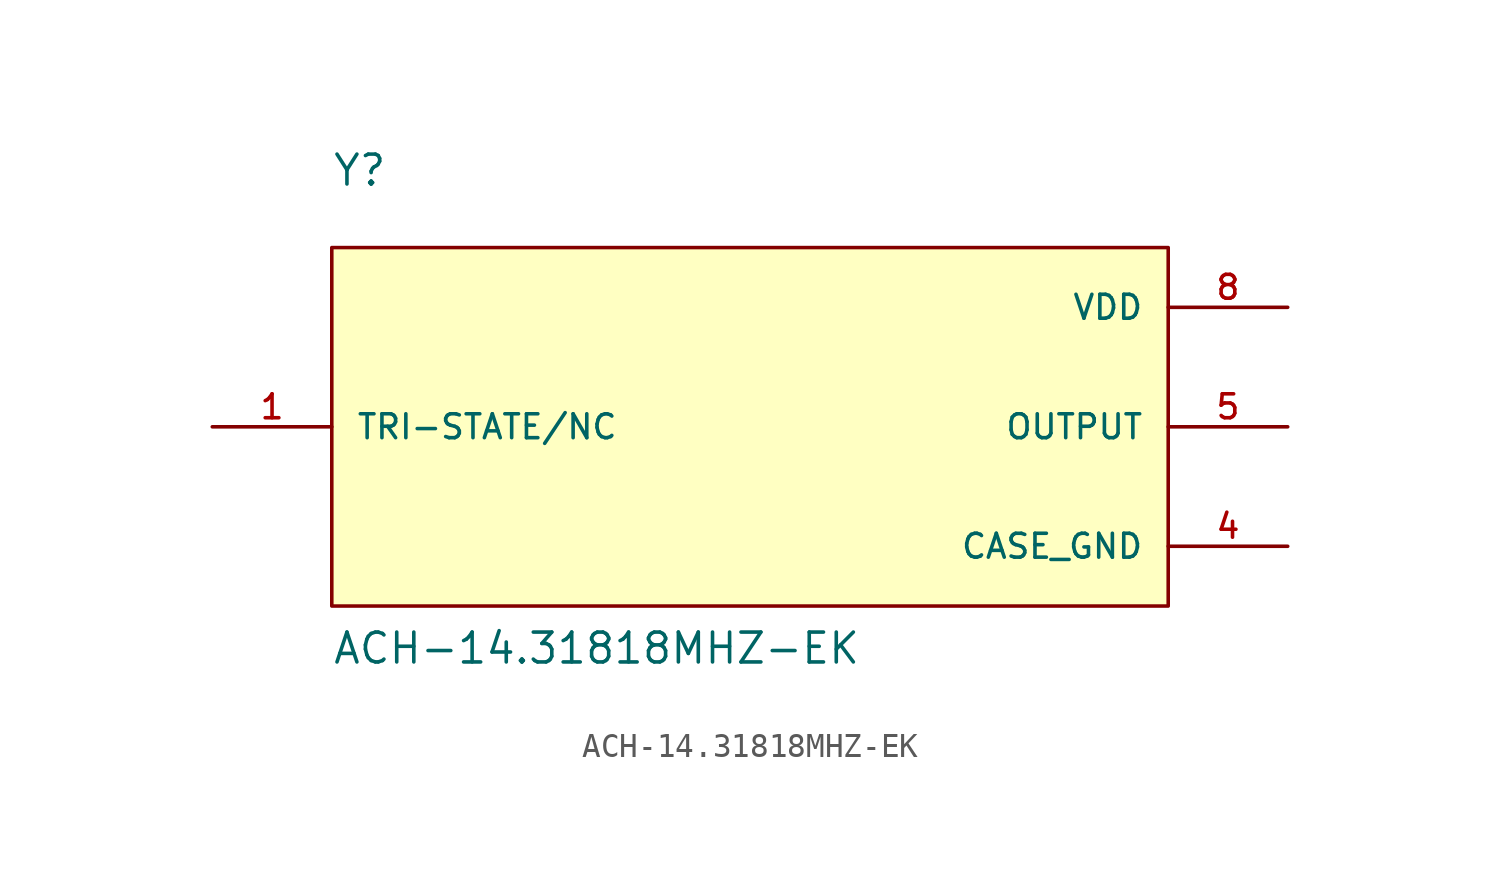
<source format=kicad_sym>
(kicad_symbol_lib
  (version 20211014)
  (generator kicad_symbol_editor)
  (symbol "ACH-14.31818MHZ-EK"
    (pin_names
      (offset 1.016))
    (property "Reference" "Y"
      (at -17.78 10.16 0)
      (effects (font (size 1.27 1.27)) (justify bottom left)))
    (property "Value" "ACH-14.31818MHZ-EK"
      (at -17.78 -10.16 0)
      (effects (font (size 1.27 1.27)) (justify bottom left)))
    (symbol "ACH-14.31818MHZ-EK_0_0"
      (rectangle (start -17.78 -7.62) (end 17.78 7.62) (stroke (width 0.152)) (fill (type background)))
      (pin passive line (at -22.86 0.0 0) (length 5.08) (name "TRI-STATE/NC" (effects (font (size 1.016 1.016)))) (number "1" (effects (font (size 1.016 1.016)))))
      (pin passive line (at 22.86 -5.08 180.0) (length 5.08) (name "CASE_GND" (effects (font (size 1.016 1.016)))) (number "4" (effects (font (size 1.016 1.016)))))
      (pin output line (at 22.86 0.0 180.0) (length 5.08) (name "OUTPUT" (effects (font (size 1.016 1.016)))) (number "5" (effects (font (size 1.016 1.016)))))
      (pin power_in line (at 22.86 5.08 180.0) (length 5.08) (name "VDD" (effects (font (size 1.016 1.016)))) (number "8" (effects (font (size 1.016 1.016))))))))
</source>
